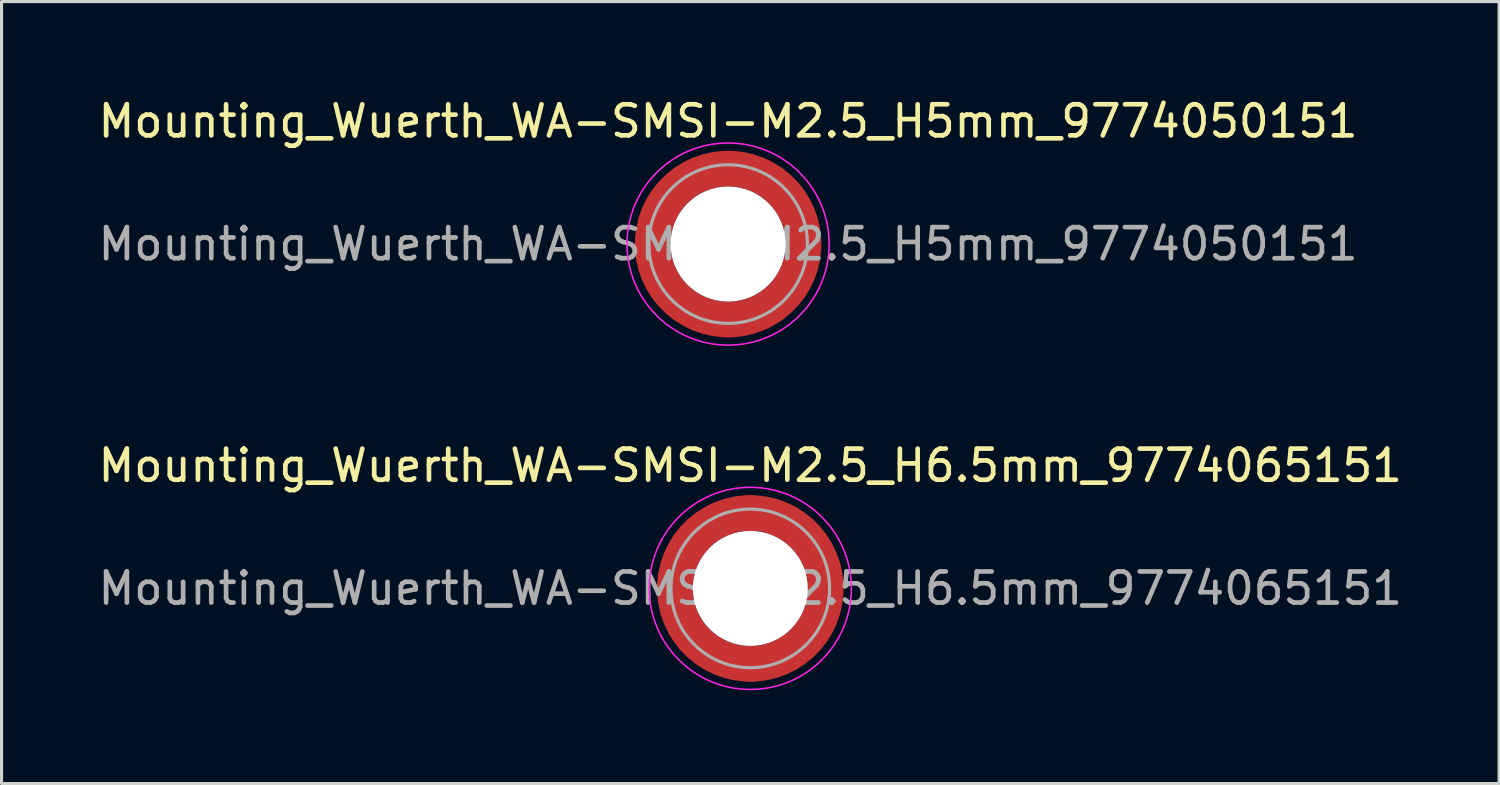
<source format=kicad_pcb>
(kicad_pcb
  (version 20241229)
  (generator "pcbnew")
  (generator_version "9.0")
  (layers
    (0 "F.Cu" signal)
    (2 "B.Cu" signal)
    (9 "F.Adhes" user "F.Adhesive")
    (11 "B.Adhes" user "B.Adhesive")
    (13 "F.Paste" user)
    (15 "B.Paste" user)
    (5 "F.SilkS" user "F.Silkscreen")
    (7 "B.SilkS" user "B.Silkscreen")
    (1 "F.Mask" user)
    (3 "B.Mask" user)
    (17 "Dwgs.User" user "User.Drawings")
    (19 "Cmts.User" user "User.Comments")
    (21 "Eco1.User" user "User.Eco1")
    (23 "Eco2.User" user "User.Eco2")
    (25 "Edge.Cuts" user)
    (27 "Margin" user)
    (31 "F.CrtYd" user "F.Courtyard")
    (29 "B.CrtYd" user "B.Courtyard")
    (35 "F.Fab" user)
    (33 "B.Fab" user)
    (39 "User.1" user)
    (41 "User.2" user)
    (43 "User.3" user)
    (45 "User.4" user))
  (footprint "Mounting_Wuerth_WA-SMSI-M2.5_H6.5mm_9774065151"
    (layer "F.Cu")
    (at 21.077 15.871)
    (property "Reference" "Mounting_Wuerth_WA-SMSI-M2.5_H6.5mm_9774065151" (at 0 -3.95 0) (layer "F.SilkS") (effects (font (size 1 1) (thickness 0.15))))
    (attr smd)
    (fp_circle (center 0 0) (end 3.25 0) (stroke (width 0.05) (type solid)) (fill no) (layer "F.CrtYd"))
    (fp_circle (center 0 0) (end 2.55 0) (stroke (width 0.1) (type solid)) (fill no) (layer "F.Fab"))
    (fp_text user "${REFERENCE}" (at 0 0 0) (layer "F.Fab") (effects (font (size 1 1) (thickness 0.15))))
    (pad "" smd custom (at -1.704 -1.704) (size 0.51 0.51) (layers "F.Paste") (options (anchor circle)) (primitives (gr_arc (start -0.250195 1.279127) (mid 0.289914 0.289914) (end 1.279127 -0.250195) (width 0.2)) (gr_arc (start -0.34334 1.279127) (mid 0.225488 0.225488) (end 1.279127 -0.34334) (width 0.2)) (gr_arc (start -0.436309 1.279127) (mid 0.161063 0.161063) (end 1.279127 -0.436309) (width 0.2)) (gr_arc (start -0.529126 1.279127) (mid 0.096638 0.096638) (end 1.279127 -0.529126) (width 0.2)) (gr_arc (start -0.621807 1.279127) (mid 0.032213 0.032213) (end 1.279127 -0.621807) (width 0.2)) (gr_arc (start -0.71437 1.279127) (mid -0.032213 -0.032213) (end 1.279127 -0.71437) (width 0.2)) (gr_arc (start -0.806826 1.279127) (mid -0.096638 -0.096638) (end 1.279127 -0.806826) (width 0.2)) (gr_arc (start -0.899187 1.279127) (mid -0.161063 -0.161063) (end 1.279127 -0.899187) (width 0.2)) (gr_arc (start -0.991463 1.279127) (mid -0.225488 -0.225488) (end 1.279127 -0.991463) (width 0.2)) (gr_arc (start -1.083663 1.279127) (mid -0.289914 -0.289914) (end 1.279127 -1.083663) (width 0.2)) (gr_line (start 1.279 -0.25) (end 1.279 -1.084) (width 0.2)) (gr_line (start -0.25 1.279) (end -1.084 1.279) (width 0.2))))
    (pad "" smd custom (at -1.704 1.704) (size 0.51 0.51) (layers "F.Paste") (options (anchor circle)) (primitives (gr_arc (start 1.279127 0.250195) (mid 0.289914 -0.289914) (end -0.250195 -1.279127) (width 0.2)) (gr_arc (start 1.279127 0.34334) (mid 0.225488 -0.225488) (end -0.34334 -1.279127) (width 0.2)) (gr_arc (start 1.279127 0.436309) (mid 0.161063 -0.161063) (end -0.436309 -1.279127) (width 0.2)) (gr_arc (start 1.279127 0.529126) (mid 0.096638 -0.096638) (end -0.529126 -1.279127) (width 0.2)) (gr_arc (start 1.279127 0.621807) (mid 0.032213 -0.032213) (end -0.621807 -1.279127) (width 0.2)) (gr_arc (start 1.279127 0.71437) (mid -0.032213 0.032213) (end -0.71437 -1.279127) (width 0.2)) (gr_arc (start 1.279127 0.806826) (mid -0.096638 0.096638) (end -0.806826 -1.279127) (width 0.2)) (gr_arc (start 1.279127 0.899187) (mid -0.161063 0.161063) (end -0.899187 -1.279127) (width 0.2)) (gr_arc (start 1.279127 0.991463) (mid -0.225488 0.225488) (end -0.991463 -1.279127) (width 0.2)) (gr_arc (start 1.279127 1.083663) (mid -0.289914 0.289914) (end -1.083663 -1.279127) (width 0.2)) (gr_line (start -0.25 -1.279) (end -1.084 -1.279) (width 0.2)) (gr_line (start 1.279 0.25) (end 1.279 1.084) (width 0.2))))
    (pad "" np_thru_hole circle (at 0 0) (size 3.7 3.7) (drill 3.7) (layers "*.Cu" "*.Mask"))
    (pad "" smd custom (at 1.704 -1.704) (size 0.51 0.51) (layers "F.Paste") (options (anchor circle)) (primitives (gr_arc (start -1.279127 -0.250195) (mid -0.289914 0.289914) (end 0.250195 1.279127) (width 0.2)) (gr_arc (start -1.279127 -0.34334) (mid -0.225488 0.225488) (end 0.34334 1.279127) (width 0.2)) (gr_arc (start -1.279127 -0.436309) (mid -0.161063 0.161063) (end 0.436309 1.279127) (width 0.2)) (gr_arc (start -1.279127 -0.529126) (mid -0.096638 0.096638) (end 0.529126 1.279127) (width 0.2)) (gr_arc (start -1.279127 -0.621807) (mid -0.032213 0.032213) (end 0.621807 1.279127) (width 0.2)) (gr_arc (start -1.279127 -0.71437) (mid 0.032213 -0.032213) (end 0.71437 1.279127) (width 0.2)) (gr_arc (start -1.279127 -0.806826) (mid 0.096638 -0.096638) (end 0.806826 1.279127) (width 0.2)) (gr_arc (start -1.279127 -0.899187) (mid 0.161063 -0.161063) (end 0.899187 1.279127) (width 0.2)) (gr_arc (start -1.279127 -0.991463) (mid 0.225488 -0.225488) (end 0.991463 1.279127) (width 0.2)) (gr_arc (start -1.279127 -1.083663) (mid 0.289914 -0.289914) (end 1.083663 1.279127) (width 0.2)) (gr_line (start 0.25 1.279) (end 1.084 1.279) (width 0.2)) (gr_line (start -1.279 -0.25) (end -1.279 -1.084) (width 0.2))))
    (pad "" smd custom (at 1.704 1.704) (size 0.51 0.51) (layers "F.Paste") (options (anchor circle)) (primitives (gr_arc (start 0.250195 -1.279127) (mid -0.289914 -0.289914) (end -1.279127 0.250195) (width 0.2)) (gr_arc (start 0.34334 -1.279127) (mid -0.225488 -0.225488) (end -1.279127 0.34334) (width 0.2)) (gr_arc (start 0.436309 -1.279127) (mid -0.161063 -0.161063) (end -1.279127 0.436309) (width 0.2)) (gr_arc (start 0.529126 -1.279127) (mid -0.096638 -0.096638) (end -1.279127 0.529126) (width 0.2)) (gr_arc (start 0.621807 -1.279127) (mid -0.032213 -0.032213) (end -1.279127 0.621807) (width 0.2)) (gr_arc (start 0.71437 -1.279127) (mid 0.032213 0.032213) (end -1.279127 0.71437) (width 0.2)) (gr_arc (start 0.806826 -1.279127) (mid 0.096638 0.096638) (end -1.279127 0.806826) (width 0.2)) (gr_arc (start 0.899187 -1.279127) (mid 0.161063 0.161063) (end -1.279127 0.899187) (width 0.2)) (gr_arc (start 0.991463 -1.279127) (mid 0.225488 0.225488) (end -1.279127 0.991463) (width 0.2)) (gr_arc (start 1.083663 -1.279127) (mid 0.289914 0.289914) (end -1.279127 1.083663) (width 0.2)) (gr_line (start -1.279 0.25) (end -1.279 1.084) (width 0.2)) (gr_line (start 0.25 -1.279) (end 1.084 -1.279) (width 0.2))))
    (pad "1" smd circle (at -2.425 0) (size 1.15 1.15) (layers "F.Cu"))
    (pad "1" smd circle (at 0 -2.425) (size 1.15 1.15) (layers "F.Cu"))
    (pad "1" smd circle (at 0 2.425) (size 1.15 1.15) (layers "F.Cu"))
    (pad "1" smd custom (at 2.425 0) (size 1.15 1.15) (layers "F.Cu" "F.Mask") (options (anchor circle)) (primitives (gr_circle (center -2.425 0) (end 0 0) (width 1.15) (fill no)))))
  (footprint "Mounting_Wuerth_WA-SMSI-M2.5_H5mm_9774050151"
    (layer "F.Cu")
    (at 20.363 4.798)
    (property "Reference" "Mounting_Wuerth_WA-SMSI-M2.5_H5mm_9774050151" (at 0 -3.95 0) (layer "F.SilkS") (effects (font (size 1 1) (thickness 0.15))))
    (attr smd)
    (fp_circle (center 0 0) (end 3.25 0) (stroke (width 0.05) (type solid)) (fill no) (layer "F.CrtYd"))
    (fp_circle (center 0 0) (end 2.55 0) (stroke (width 0.1) (type solid)) (fill no) (layer "F.Fab"))
    (fp_text user "${REFERENCE}" (at 0 0 0) (layer "F.Fab") (effects (font (size 1 1) (thickness 0.15))))
    (pad "" smd custom (at -1.704 -1.704) (size 0.51 0.51) (layers "F.Paste") (options (anchor circle)) (primitives (gr_arc (start -0.250195 1.279127) (mid 0.289914 0.289914) (end 1.279127 -0.250195) (width 0.2)) (gr_arc (start -0.34334 1.279127) (mid 0.225488 0.225488) (end 1.279127 -0.34334) (width 0.2)) (gr_arc (start -0.436309 1.279127) (mid 0.161063 0.161063) (end 1.279127 -0.436309) (width 0.2)) (gr_arc (start -0.529126 1.279127) (mid 0.096638 0.096638) (end 1.279127 -0.529126) (width 0.2)) (gr_arc (start -0.621807 1.279127) (mid 0.032213 0.032213) (end 1.279127 -0.621807) (width 0.2)) (gr_arc (start -0.71437 1.279127) (mid -0.032213 -0.032213) (end 1.279127 -0.71437) (width 0.2)) (gr_arc (start -0.806826 1.279127) (mid -0.096638 -0.096638) (end 1.279127 -0.806826) (width 0.2)) (gr_arc (start -0.899187 1.279127) (mid -0.161063 -0.161063) (end 1.279127 -0.899187) (width 0.2)) (gr_arc (start -0.991463 1.279127) (mid -0.225488 -0.225488) (end 1.279127 -0.991463) (width 0.2)) (gr_arc (start -1.083663 1.279127) (mid -0.289914 -0.289914) (end 1.279127 -1.083663) (width 0.2)) (gr_line (start 1.279 -0.25) (end 1.279 -1.084) (width 0.2)) (gr_line (start -0.25 1.279) (end -1.084 1.279) (width 0.2))))
    (pad "" smd custom (at -1.704 1.704) (size 0.51 0.51) (layers "F.Paste") (options (anchor circle)) (primitives (gr_arc (start 1.279127 0.250195) (mid 0.289914 -0.289914) (end -0.250195 -1.279127) (width 0.2)) (gr_arc (start 1.279127 0.34334) (mid 0.225488 -0.225488) (end -0.34334 -1.279127) (width 0.2)) (gr_arc (start 1.279127 0.436309) (mid 0.161063 -0.161063) (end -0.436309 -1.279127) (width 0.2)) (gr_arc (start 1.279127 0.529126) (mid 0.096638 -0.096638) (end -0.529126 -1.279127) (width 0.2)) (gr_arc (start 1.279127 0.621807) (mid 0.032213 -0.032213) (end -0.621807 -1.279127) (width 0.2)) (gr_arc (start 1.279127 0.71437) (mid -0.032213 0.032213) (end -0.71437 -1.279127) (width 0.2)) (gr_arc (start 1.279127 0.806826) (mid -0.096638 0.096638) (end -0.806826 -1.279127) (width 0.2)) (gr_arc (start 1.279127 0.899187) (mid -0.161063 0.161063) (end -0.899187 -1.279127) (width 0.2)) (gr_arc (start 1.279127 0.991463) (mid -0.225488 0.225488) (end -0.991463 -1.279127) (width 0.2)) (gr_arc (start 1.279127 1.083663) (mid -0.289914 0.289914) (end -1.083663 -1.279127) (width 0.2)) (gr_line (start -0.25 -1.279) (end -1.084 -1.279) (width 0.2)) (gr_line (start 1.279 0.25) (end 1.279 1.084) (width 0.2))))
    (pad "" np_thru_hole circle (at 0 0) (size 3.7 3.7) (drill 3.7) (layers "*.Cu" "*.Mask"))
    (pad "" smd custom (at 1.704 -1.704) (size 0.51 0.51) (layers "F.Paste") (options (anchor circle)) (primitives (gr_arc (start -1.279127 -0.250195) (mid -0.289914 0.289914) (end 0.250195 1.279127) (width 0.2)) (gr_arc (start -1.279127 -0.34334) (mid -0.225488 0.225488) (end 0.34334 1.279127) (width 0.2)) (gr_arc (start -1.279127 -0.436309) (mid -0.161063 0.161063) (end 0.436309 1.279127) (width 0.2)) (gr_arc (start -1.279127 -0.529126) (mid -0.096638 0.096638) (end 0.529126 1.279127) (width 0.2)) (gr_arc (start -1.279127 -0.621807) (mid -0.032213 0.032213) (end 0.621807 1.279127) (width 0.2)) (gr_arc (start -1.279127 -0.71437) (mid 0.032213 -0.032213) (end 0.71437 1.279127) (width 0.2)) (gr_arc (start -1.279127 -0.806826) (mid 0.096638 -0.096638) (end 0.806826 1.279127) (width 0.2)) (gr_arc (start -1.279127 -0.899187) (mid 0.161063 -0.161063) (end 0.899187 1.279127) (width 0.2)) (gr_arc (start -1.279127 -0.991463) (mid 0.225488 -0.225488) (end 0.991463 1.279127) (width 0.2)) (gr_arc (start -1.279127 -1.083663) (mid 0.289914 -0.289914) (end 1.083663 1.279127) (width 0.2)) (gr_line (start 0.25 1.279) (end 1.084 1.279) (width 0.2)) (gr_line (start -1.279 -0.25) (end -1.279 -1.084) (width 0.2))))
    (pad "" smd custom (at 1.704 1.704) (size 0.51 0.51) (layers "F.Paste") (options (anchor circle)) (primitives (gr_arc (start 0.250195 -1.279127) (mid -0.289914 -0.289914) (end -1.279127 0.250195) (width 0.2)) (gr_arc (start 0.34334 -1.279127) (mid -0.225488 -0.225488) (end -1.279127 0.34334) (width 0.2)) (gr_arc (start 0.436309 -1.279127) (mid -0.161063 -0.161063) (end -1.279127 0.436309) (width 0.2)) (gr_arc (start 0.529126 -1.279127) (mid -0.096638 -0.096638) (end -1.279127 0.529126) (width 0.2)) (gr_arc (start 0.621807 -1.279127) (mid -0.032213 -0.032213) (end -1.279127 0.621807) (width 0.2)) (gr_arc (start 0.71437 -1.279127) (mid 0.032213 0.032213) (end -1.279127 0.71437) (width 0.2)) (gr_arc (start 0.806826 -1.279127) (mid 0.096638 0.096638) (end -1.279127 0.806826) (width 0.2)) (gr_arc (start 0.899187 -1.279127) (mid 0.161063 0.161063) (end -1.279127 0.899187) (width 0.2)) (gr_arc (start 0.991463 -1.279127) (mid 0.225488 0.225488) (end -1.279127 0.991463) (width 0.2)) (gr_arc (start 1.083663 -1.279127) (mid 0.289914 0.289914) (end -1.279127 1.083663) (width 0.2)) (gr_line (start -1.279 0.25) (end -1.279 1.084) (width 0.2)) (gr_line (start 0.25 -1.279) (end 1.084 -1.279) (width 0.2))))
    (pad "1" smd circle (at -2.425 0) (size 1.15 1.15) (layers "F.Cu"))
    (pad "1" smd circle (at 0 -2.425) (size 1.15 1.15) (layers "F.Cu"))
    (pad "1" smd circle (at 0 2.425) (size 1.15 1.15) (layers "F.Cu"))
    (pad "1" smd custom (at 2.425 0) (size 1.15 1.15) (layers "F.Cu" "F.Mask") (options (anchor circle)) (primitives (gr_circle (center -2.425 0) (end 0 0) (width 1.15) (fill no)))))
  (gr_rect
    (start -3 -3)
    (end 45.155 22.146)
    (stroke (width 0.1) (type default))
    (fill no)
    (layer "Edge.Cuts")))
</source>
